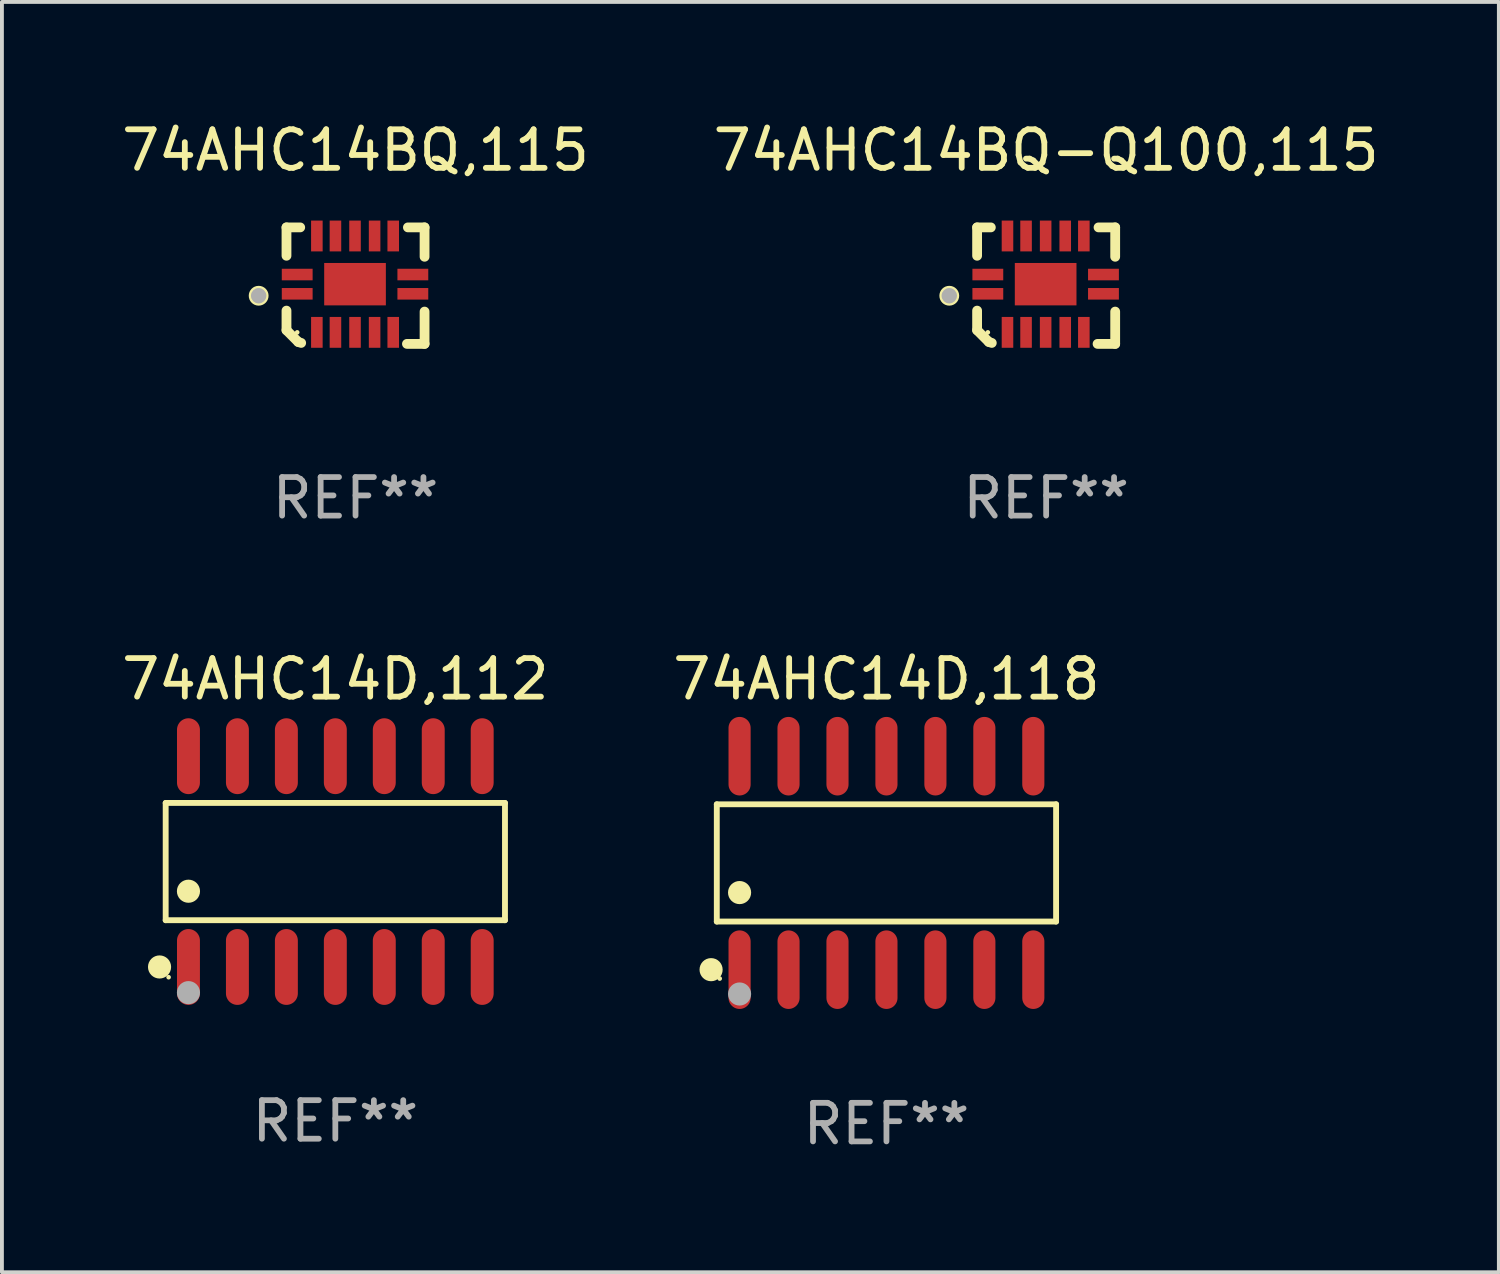
<source format=kicad_pcb>
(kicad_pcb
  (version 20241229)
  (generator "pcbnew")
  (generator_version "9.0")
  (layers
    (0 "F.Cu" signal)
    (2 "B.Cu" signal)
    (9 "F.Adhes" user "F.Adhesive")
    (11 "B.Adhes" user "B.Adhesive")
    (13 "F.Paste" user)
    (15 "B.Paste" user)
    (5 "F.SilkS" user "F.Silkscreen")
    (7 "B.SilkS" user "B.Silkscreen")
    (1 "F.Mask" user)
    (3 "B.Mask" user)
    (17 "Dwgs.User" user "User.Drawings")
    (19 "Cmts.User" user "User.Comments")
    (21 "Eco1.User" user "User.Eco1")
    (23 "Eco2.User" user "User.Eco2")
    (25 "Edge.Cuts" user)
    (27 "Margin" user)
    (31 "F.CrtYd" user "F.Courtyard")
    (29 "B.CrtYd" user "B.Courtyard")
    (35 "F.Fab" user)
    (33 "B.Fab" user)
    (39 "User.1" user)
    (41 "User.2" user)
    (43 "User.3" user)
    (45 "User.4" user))
  (footprint "74AHC14D,112"
    (layer "F.Cu")
    (at 5.649 19.301)
    (property "Reference" "74AHC14D,112" (at 0 -4.734 0) (layer "F.SilkS") (effects (font (size 1 1) (thickness 0.15))))
    (attr through_hole)
    (fp_line (start -4.401 -1.521) (end 4.401 -1.521) (stroke (width 0.152) (type solid)) (layer "F.SilkS"))
    (fp_line (start -4.401 1.521) (end -4.401 -1.521) (stroke (width 0.152) (type solid)) (layer "F.SilkS"))
    (fp_line (start 4.401 -1.521) (end 4.401 1.521) (stroke (width 0.152) (type solid)) (layer "F.SilkS"))
    (fp_line (start 4.401 1.521) (end -4.401 1.521) (stroke (width 0.152) (type solid)) (layer "F.SilkS"))
    (fp_circle (center -4.56 2.734) (end -4.41 2.734) (stroke (width 0.3) (type solid)) (fill no) (layer "F.SilkS"))
    (fp_circle (center -4.325 3) (end -4.295 3) (stroke (width 0.06) (type solid)) (fill no) (layer "F.SilkS"))
    (fp_circle (center -3.81 0.769) (end -3.66 0.769) (stroke (width 0.3) (type solid)) (fill no) (layer "F.SilkS"))
    (fp_circle (center -3.81 3.4) (end -3.66 3.4) (stroke (width 0.3) (type solid)) (fill no) (layer "F.Fab"))
    (fp_text user "REF**" (at 0 6.734 0) (layer "F.Fab") (effects (font (size 1 1) (thickness 0.15))))
    (pad "1" smd oval (at -3.81 2.734) (size 0.595 1.968) (layers "F.Cu" "F.Mask" "F.Paste"))
    (pad "2" smd oval (at -2.54 2.734) (size 0.595 1.968) (layers "F.Cu" "F.Mask" "F.Paste"))
    (pad "3" smd oval (at -1.27 2.734) (size 0.595 1.968) (layers "F.Cu" "F.Mask" "F.Paste"))
    (pad "4" smd oval (at 0 2.734) (size 0.595 1.968) (layers "F.Cu" "F.Mask" "F.Paste"))
    (pad "5" smd oval (at 1.27 2.734) (size 0.595 1.968) (layers "F.Cu" "F.Mask" "F.Paste"))
    (pad "6" smd oval (at 2.54 2.734) (size 0.595 1.968) (layers "F.Cu" "F.Mask" "F.Paste"))
    (pad "7" smd oval (at 3.81 2.734) (size 0.595 1.968) (layers "F.Cu" "F.Mask" "F.Paste"))
    (pad "8" smd oval (at 3.81 -2.734) (size 0.595 1.968) (layers "F.Cu" "F.Mask" "F.Paste"))
    (pad "9" smd oval (at 2.54 -2.734) (size 0.595 1.968) (layers "F.Cu" "F.Mask" "F.Paste"))
    (pad "10" smd oval (at 1.27 -2.734) (size 0.595 1.968) (layers "F.Cu" "F.Mask" "F.Paste"))
    (pad "11" smd oval (at 0 -2.734) (size 0.595 1.968) (layers "F.Cu" "F.Mask" "F.Paste"))
    (pad "12" smd oval (at -1.27 -2.734) (size 0.595 1.968) (layers "F.Cu" "F.Mask" "F.Paste"))
    (pad "13" smd oval (at -2.54 -2.734) (size 0.595 1.968) (layers "F.Cu" "F.Mask" "F.Paste"))
    (pad "14" smd oval (at -3.81 -2.734) (size 0.595 1.968) (layers "F.Cu" "F.Mask" "F.Paste")))
  (footprint "74AHC14D,118"
    (layer "F.Cu")
    (at 19.946 19.336)
    (property "Reference" "74AHC14D,118" (at 0 -4.769 0) (layer "F.SilkS") (effects (font (size 1 1) (thickness 0.15))))
    (attr through_hole)
    (fp_line (start -4.401 -1.521) (end 4.401 -1.521) (stroke (width 0.152) (type solid)) (layer "F.SilkS"))
    (fp_line (start -4.401 1.521) (end -4.401 -1.521) (stroke (width 0.152) (type solid)) (layer "F.SilkS"))
    (fp_line (start 4.401 -1.521) (end 4.401 1.521) (stroke (width 0.152) (type solid)) (layer "F.SilkS"))
    (fp_line (start 4.401 1.521) (end -4.401 1.521) (stroke (width 0.152) (type solid)) (layer "F.SilkS"))
    (fp_circle (center -4.549 2.769) (end -4.399 2.769) (stroke (width 0.3) (type solid)) (fill no) (layer "F.SilkS"))
    (fp_circle (center -4.325 3) (end -4.295 3) (stroke (width 0.06) (type solid)) (fill no) (layer "F.SilkS"))
    (fp_circle (center -3.81 0.769) (end -3.66 0.769) (stroke (width 0.3) (type solid)) (fill no) (layer "F.SilkS"))
    (fp_circle (center -3.81 3.4) (end -3.66 3.4) (stroke (width 0.3) (type solid)) (fill no) (layer "F.Fab"))
    (fp_text user "REF**" (at 0 6.769 0) (layer "F.Fab") (effects (font (size 1 1) (thickness 0.15))))
    (pad "1" smd oval (at -3.81 2.769) (size 0.574 2.038) (layers "F.Cu" "F.Mask" "F.Paste"))
    (pad "2" smd oval (at -2.54 2.769) (size 0.574 2.038) (layers "F.Cu" "F.Mask" "F.Paste"))
    (pad "3" smd oval (at -1.27 2.769) (size 0.574 2.038) (layers "F.Cu" "F.Mask" "F.Paste"))
    (pad "4" smd oval (at 0 2.769) (size 0.574 2.038) (layers "F.Cu" "F.Mask" "F.Paste"))
    (pad "5" smd oval (at 1.27 2.769) (size 0.574 2.038) (layers "F.Cu" "F.Mask" "F.Paste"))
    (pad "6" smd oval (at 2.54 2.769) (size 0.574 2.038) (layers "F.Cu" "F.Mask" "F.Paste"))
    (pad "7" smd oval (at 3.81 2.769) (size 0.574 2.038) (layers "F.Cu" "F.Mask" "F.Paste"))
    (pad "8" smd oval (at 3.81 -2.769) (size 0.574 2.038) (layers "F.Cu" "F.Mask" "F.Paste"))
    (pad "9" smd oval (at 2.54 -2.769) (size 0.574 2.038) (layers "F.Cu" "F.Mask" "F.Paste"))
    (pad "10" smd oval (at 1.27 -2.769) (size 0.574 2.038) (layers "F.Cu" "F.Mask" "F.Paste"))
    (pad "11" smd oval (at 0 -2.769) (size 0.574 2.038) (layers "F.Cu" "F.Mask" "F.Paste"))
    (pad "12" smd oval (at -1.27 -2.769) (size 0.574 2.038) (layers "F.Cu" "F.Mask" "F.Paste"))
    (pad "13" smd oval (at -2.54 -2.769) (size 0.574 2.038) (layers "F.Cu" "F.Mask" "F.Paste"))
    (pad "14" smd oval (at -3.81 -2.769) (size 0.574 2.038) (layers "F.Cu" "F.Mask" "F.Paste")))
  (footprint "74AHC14BQ-Q100,115"
    (layer "F.Cu")
    (at 24.089 4.36)
    (property "Reference" "74AHC14BQ-Q100,115" (at 0 -3.511 0) (layer "F.SilkS") (effects (font (size 1 1) (thickness 0.15))))
    (attr through_hole)
    (fp_line (start -1.791 -1.511) (end -1.435 -1.511) (stroke (width 0.254) (type solid)) (layer "F.SilkS"))
    (fp_line (start -1.791 -0.775) (end -1.791 -1.511) (stroke (width 0.254) (type solid)) (layer "F.SilkS"))
    (fp_line (start -1.791 1.156) (end -1.791 0.648) (stroke (width 0.254) (type solid)) (layer "F.SilkS"))
    (fp_line (start -1.486 1.461) (end -1.791 1.156) (stroke (width 0.254) (type solid)) (layer "F.SilkS"))
    (fp_line (start -1.41 1.486) (end -1.486 1.461) (stroke (width 0.254) (type solid)) (layer "F.SilkS"))
    (fp_line (start 1.334 1.511) (end 1.791 1.511) (stroke (width 0.254) (type solid)) (layer "F.SilkS"))
    (fp_line (start 1.791 -1.511) (end 1.359 -1.511) (stroke (width 0.254) (type solid)) (layer "F.SilkS"))
    (fp_line (start 1.791 -0.749) (end 1.791 -1.511) (stroke (width 0.254) (type solid)) (layer "F.SilkS"))
    (fp_line (start 1.791 1.511) (end 1.791 0.673) (stroke (width 0.254) (type solid)) (layer "F.SilkS"))
    (fp_circle (center -2.513 0.262) (end -2.383 0.262) (stroke (width 0.254) (type solid)) (fill no) (layer "F.SilkS"))
    (fp_circle (center -1.513 1.212) (end -1.483 1.212) (stroke (width 0.06) (type solid)) (fill no) (layer "F.SilkS"))
    (fp_circle (center -2.513 0.262) (end -2.413 0.262) (stroke (width 0.2) (type solid)) (fill no) (layer "F.Fab"))
    (fp_text user "REF**" (at 0 5.511 0) (layer "F.Fab") (effects (font (size 1 1) (thickness 0.15))))
    (pad "1" smd rect (at -1.513 0.212) (size 0.8 0.3) (layers "F.Cu" "F.Mask" "F.Paste"))
    (pad "2" smd rect (at -1.003 1.212) (size 0.3 0.8) (layers "F.Cu" "F.Mask" "F.Paste"))
    (pad "3" smd rect (at -0.521 1.212) (size 0.3 0.8) (layers "F.Cu" "F.Mask" "F.Paste"))
    (pad "4" smd rect (at -0.013 1.212) (size 0.3 0.8) (layers "F.Cu" "F.Mask" "F.Paste"))
    (pad "5" smd rect (at 0.495 1.212) (size 0.3 0.8) (layers "F.Cu" "F.Mask" "F.Paste"))
    (pad "6" smd rect (at 0.978 1.212) (size 0.3 0.8) (layers "F.Cu" "F.Mask" "F.Paste"))
    (pad "7" smd rect (at 1.487 0.212) (size 0.8 0.3) (layers "F.Cu" "F.Mask" "F.Paste"))
    (pad "8" smd rect (at 1.487 -0.288) (size 0.8 0.3) (layers "F.Cu" "F.Mask" "F.Paste"))
    (pad "9" smd rect (at 0.978 -1.288) (size 0.3 0.8) (layers "F.Cu" "F.Mask" "F.Paste"))
    (pad "10" smd rect (at 0.495 -1.288) (size 0.3 0.8) (layers "F.Cu" "F.Mask" "F.Paste"))
    (pad "11" smd rect (at -0.013 -1.288) (size 0.3 0.8) (layers "F.Cu" "F.Mask" "F.Paste"))
    (pad "12" smd rect (at -0.521 -1.288) (size 0.3 0.8) (layers "F.Cu" "F.Mask" "F.Paste"))
    (pad "13" smd rect (at -1.003 -1.288) (size 0.3 0.8) (layers "F.Cu" "F.Mask" "F.Paste"))
    (pad "14" smd rect (at -1.513 -0.288) (size 0.8 0.3) (layers "F.Cu" "F.Mask" "F.Paste"))
    (pad "15" smd rect (at -0.013 -0.038 90) (size 1.1 1.6) (layers "F.Cu" "F.Mask" "F.Paste")))
  (footprint "74AHC14BQ,115"
    (layer "F.Cu")
    (at 6.173 4.36)
    (property "Reference" "74AHC14BQ,115" (at 0 -3.511 0) (layer "F.SilkS") (effects (font (size 1 1) (thickness 0.15))))
    (attr through_hole)
    (fp_line (start -1.791 -1.511) (end -1.435 -1.511) (stroke (width 0.254) (type solid)) (layer "F.SilkS"))
    (fp_line (start -1.791 -0.775) (end -1.791 -1.511) (stroke (width 0.254) (type solid)) (layer "F.SilkS"))
    (fp_line (start -1.791 1.156) (end -1.791 0.648) (stroke (width 0.254) (type solid)) (layer "F.SilkS"))
    (fp_line (start -1.486 1.461) (end -1.791 1.156) (stroke (width 0.254) (type solid)) (layer "F.SilkS"))
    (fp_line (start -1.41 1.486) (end -1.486 1.461) (stroke (width 0.254) (type solid)) (layer "F.SilkS"))
    (fp_line (start 1.334 1.511) (end 1.791 1.511) (stroke (width 0.254) (type solid)) (layer "F.SilkS"))
    (fp_line (start 1.791 -1.511) (end 1.359 -1.511) (stroke (width 0.254) (type solid)) (layer "F.SilkS"))
    (fp_line (start 1.791 -0.749) (end 1.791 -1.511) (stroke (width 0.254) (type solid)) (layer "F.SilkS"))
    (fp_line (start 1.791 1.511) (end 1.791 0.673) (stroke (width 0.254) (type solid)) (layer "F.SilkS"))
    (fp_circle (center -2.513 0.262) (end -2.383 0.262) (stroke (width 0.254) (type solid)) (fill no) (layer "F.SilkS"))
    (fp_circle (center -1.513 1.212) (end -1.483 1.212) (stroke (width 0.06) (type solid)) (fill no) (layer "F.SilkS"))
    (fp_circle (center -2.513 0.262) (end -2.413 0.262) (stroke (width 0.2) (type solid)) (fill no) (layer "F.Fab"))
    (fp_text user "REF**" (at 0 5.511 0) (layer "F.Fab") (effects (font (size 1 1) (thickness 0.15))))
    (pad "1" smd rect (at -1.513 0.212) (size 0.8 0.3) (layers "F.Cu" "F.Mask" "F.Paste"))
    (pad "2" smd rect (at -1.003 1.212) (size 0.3 0.8) (layers "F.Cu" "F.Mask" "F.Paste"))
    (pad "3" smd rect (at -0.521 1.212) (size 0.3 0.8) (layers "F.Cu" "F.Mask" "F.Paste"))
    (pad "4" smd rect (at -0.013 1.212) (size 0.3 0.8) (layers "F.Cu" "F.Mask" "F.Paste"))
    (pad "5" smd rect (at 0.495 1.212) (size 0.3 0.8) (layers "F.Cu" "F.Mask" "F.Paste"))
    (pad "6" smd rect (at 0.978 1.212) (size 0.3 0.8) (layers "F.Cu" "F.Mask" "F.Paste"))
    (pad "7" smd rect (at 1.487 0.212) (size 0.8 0.3) (layers "F.Cu" "F.Mask" "F.Paste"))
    (pad "8" smd rect (at 1.487 -0.288) (size 0.8 0.3) (layers "F.Cu" "F.Mask" "F.Paste"))
    (pad "9" smd rect (at 0.978 -1.288) (size 0.3 0.8) (layers "F.Cu" "F.Mask" "F.Paste"))
    (pad "10" smd rect (at 0.495 -1.288) (size 0.3 0.8) (layers "F.Cu" "F.Mask" "F.Paste"))
    (pad "11" smd rect (at -0.013 -1.288) (size 0.3 0.8) (layers "F.Cu" "F.Mask" "F.Paste"))
    (pad "12" smd rect (at -0.521 -1.288) (size 0.3 0.8) (layers "F.Cu" "F.Mask" "F.Paste"))
    (pad "13" smd rect (at -1.003 -1.288) (size 0.3 0.8) (layers "F.Cu" "F.Mask" "F.Paste"))
    (pad "14" smd rect (at -1.513 -0.288) (size 0.8 0.3) (layers "F.Cu" "F.Mask" "F.Paste"))
    (pad "15" smd rect (at -0.013 -0.038 90) (size 1.1 1.6) (layers "F.Cu" "F.Mask" "F.Paste")))
  (gr_rect
    (start -3 -3)
    (end 35.833 29.954)
    (stroke (width 0.1) (type default))
    (fill no)
    (layer "Edge.Cuts")))
</source>
